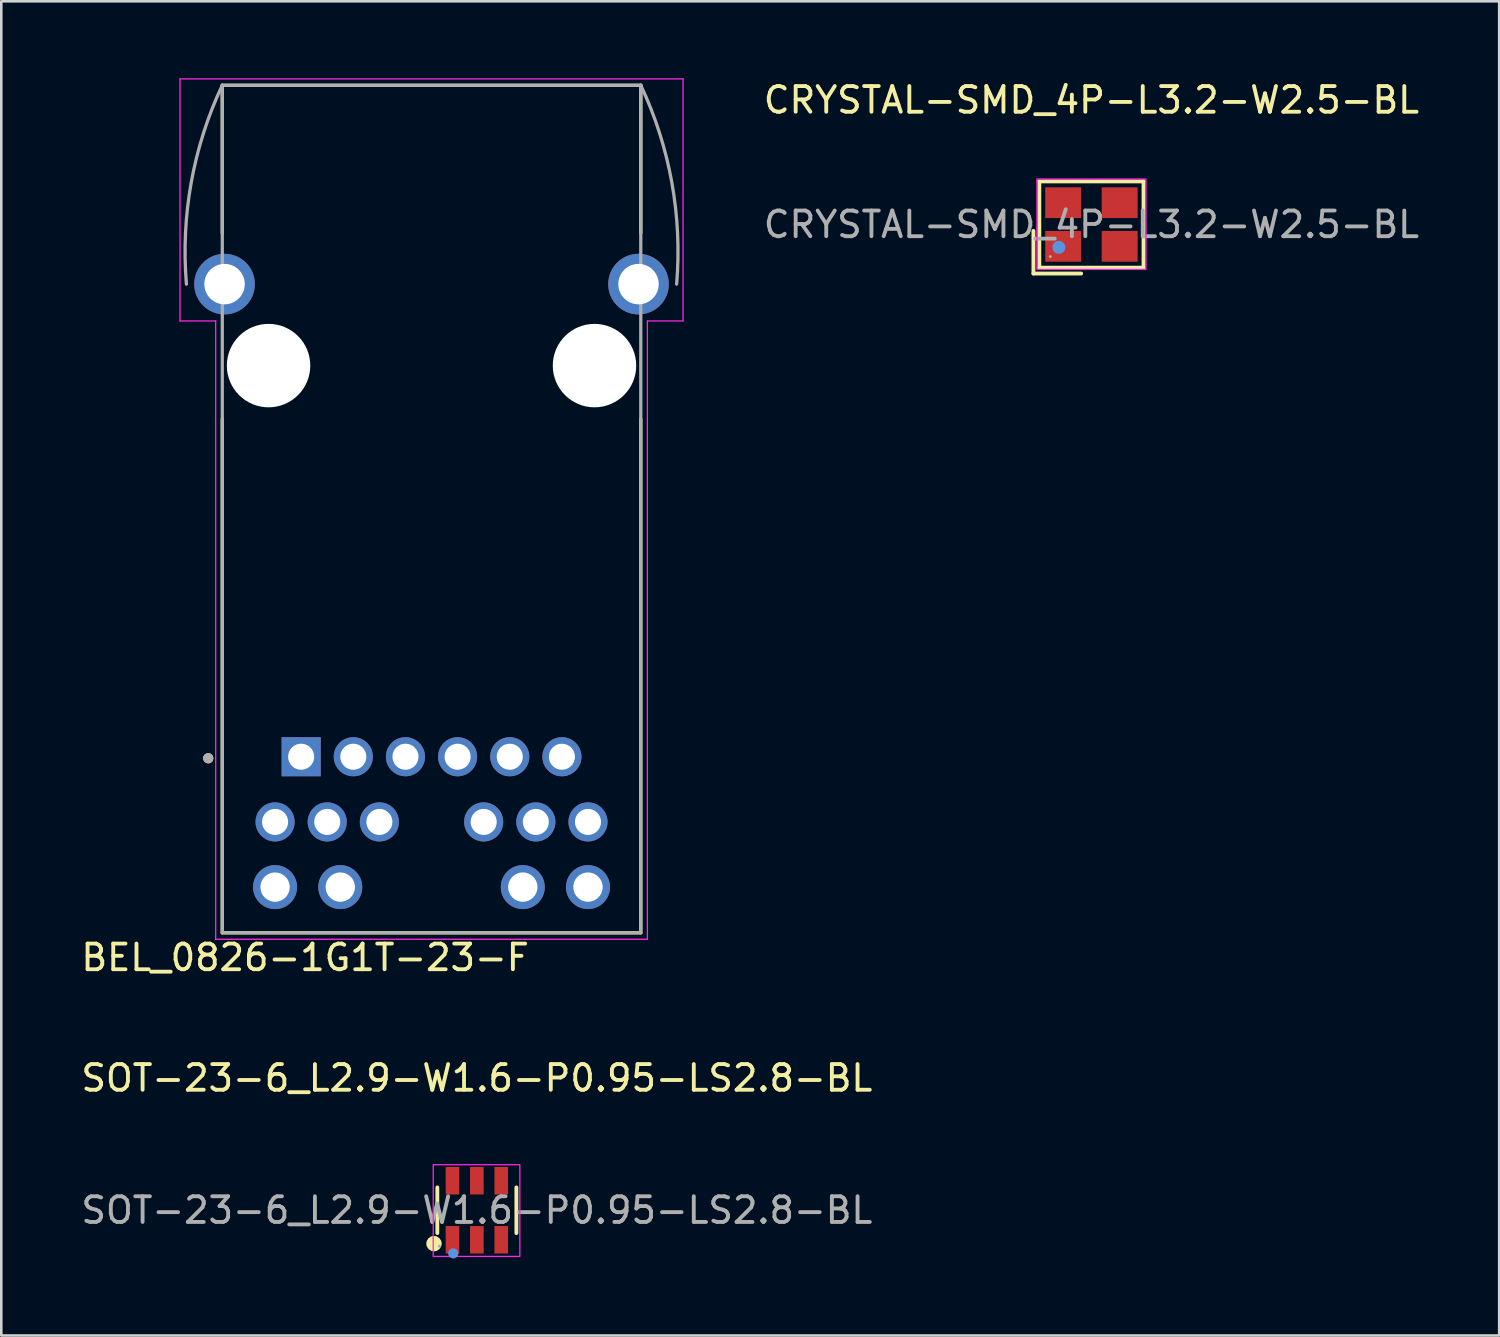
<source format=kicad_pcb>
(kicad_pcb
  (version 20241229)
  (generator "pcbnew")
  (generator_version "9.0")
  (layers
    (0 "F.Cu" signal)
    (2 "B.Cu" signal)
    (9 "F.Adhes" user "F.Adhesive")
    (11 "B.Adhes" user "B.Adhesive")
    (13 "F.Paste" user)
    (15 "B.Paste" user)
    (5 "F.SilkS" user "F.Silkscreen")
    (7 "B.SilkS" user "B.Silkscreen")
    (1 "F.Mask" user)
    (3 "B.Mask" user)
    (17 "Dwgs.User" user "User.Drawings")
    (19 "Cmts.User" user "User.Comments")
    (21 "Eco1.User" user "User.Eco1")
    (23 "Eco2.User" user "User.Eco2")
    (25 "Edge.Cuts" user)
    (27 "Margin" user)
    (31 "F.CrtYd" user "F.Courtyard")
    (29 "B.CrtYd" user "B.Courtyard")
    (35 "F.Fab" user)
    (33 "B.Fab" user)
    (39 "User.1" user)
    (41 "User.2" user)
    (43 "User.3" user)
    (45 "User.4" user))
  (footprint "SOT-23-6_L2.9-W1.6-P0.95-LS2.8-BL"
    (layer "F.Cu")
    (at 15.53 44.106)
    (property "Reference" "SOT-23-6_L2.9-W1.6-P0.95-LS2.8-BL" (at 0 -5.15 0) (layer "F.SilkS") (effects (font (size 1 1) (thickness 0.15))))
    (attr smd)
    (fp_line (start -1.54 0.89) (end -1.54 -0.89) (stroke (width 0.15) (type solid)) (layer "F.SilkS"))
    (fp_line (start 1.54 0.89) (end 1.54 -0.89) (stroke (width 0.15) (type solid)) (layer "F.SilkS"))
    (fp_circle (center -1.67 1.3) (end -1.52 1.3) (stroke (width 0.3) (type solid)) (fill no) (layer "F.SilkS"))
    (fp_circle (center -0.92 1.68) (end -0.82 1.68) (stroke (width 0.2) (type solid)) (fill no) (layer "Cmts.User"))
    (fp_rect (start -1.7 -1.775) (end 1.675 1.8) (stroke (width 0.05) (type default)) (fill no) (layer "F.CrtYd"))
    (fp_circle (center -1.46 1.4) (end -1.43 1.4) (stroke (width 0.06) (type solid)) (fill no) (layer "F.Fab"))
    (fp_text user "${REFERENCE}" (at 0 0 0) (layer "F.Fab") (effects (font (size 1 1) (thickness 0.15))))
    (pad "1" smd rect (at -0.95 1.15) (size 0.53 1.07) (layers "F.Cu" "F.Mask" "F.Paste"))
    (pad "2" smd rect (at 0 1.15) (size 0.53 1.07) (layers "F.Cu" "F.Mask" "F.Paste"))
    (pad "3" smd rect (at 0.95 1.15) (size 0.53 1.07) (layers "F.Cu" "F.Mask" "F.Paste"))
    (pad "4" smd rect (at 0.95 -1.15) (size 0.53 1.07) (layers "F.Cu" "F.Mask" "F.Paste"))
    (pad "5" smd rect (at 0 -1.15) (size 0.53 1.07) (layers "F.Cu" "F.Mask" "F.Paste"))
    (pad "6" smd rect (at -0.95 -1.15) (size 0.53 1.07) (layers "F.Cu" "F.Mask" "F.Paste")))
  (footprint "CRYSTAL-SMD_4P-L3.2-W2.5-BL"
    (layer "F.Cu")
    (at 39.476 5.698)
    (property "Reference" "CRYSTAL-SMD_4P-L3.2-W2.5-BL" (at 0 -4.85 0) (layer "F.SilkS") (effects (font (size 1 1) (thickness 0.15))))
    (attr smd)
    (fp_line (start -2.26 0.25) (end -2.26 1.91) (stroke (width 0.15) (type solid)) (layer "F.SilkS"))
    (fp_line (start -2.26 1.91) (end -0.4 1.91) (stroke (width 0.15) (type solid)) (layer "F.SilkS"))
    (fp_line (start -2.03 -1.68) (end 2.03 -1.68) (stroke (width 0.15) (type solid)) (layer "F.SilkS"))
    (fp_line (start -2.03 1.68) (end -2.03 -1.68) (stroke (width 0.15) (type solid)) (layer "F.SilkS"))
    (fp_line (start 2.03 -1.68) (end 2.03 1.68) (stroke (width 0.15) (type solid)) (layer "F.SilkS"))
    (fp_line (start 2.03 1.68) (end -2.03 1.68) (stroke (width 0.15) (type solid)) (layer "F.SilkS"))
    (fp_circle (center -1.27 0.89) (end -1.14 0.89) (stroke (width 0.25) (type solid)) (fill no) (layer "Cmts.User"))
    (fp_rect (start -2.125 -1.775) (end 2.125 1.75) (stroke (width 0.05) (type default)) (fill no) (layer "F.CrtYd"))
    (fp_circle (center -1.6 1.25) (end -1.57 1.25) (stroke (width 0.06) (type solid)) (fill no) (layer "F.Fab"))
    (fp_text user "${REFERENCE}" (at 0 0 0) (layer "F.Fab") (effects (font (size 1 1) (thickness 0.15))))
    (pad "1" smd rect (at -1.1 0.85) (size 1.4 1.2) (layers "F.Cu" "F.Mask" "F.Paste"))
    (pad "2" smd rect (at 1.1 0.85) (size 1.4 1.2) (layers "F.Cu" "F.Mask" "F.Paste"))
    (pad "3" smd rect (at 1.1 -0.85) (size 1.4 1.2) (layers "F.Cu" "F.Mask" "F.Paste"))
    (pad "4" smd rect (at -1.1 -0.85) (size 1.4 1.2) (layers "F.Cu" "F.Mask" "F.Paste")))
  (footprint "BEL_0826-1G1T-23-F"
    (layer "F.Cu")
    (at 13.764 11.195)
    (property "Reference" "BEL_0826-1G1T-23-F" (at -4.925 23.065 0) (layer "F.SilkS") (effects (font (size 1 1) (thickness 0.15))))
    (attr through_hole)
    (fp_line (start -8.153 -5.156) (end -8.153 -10.922) (stroke (width 0.127) (type solid)) (layer "F.SilkS"))
    (fp_line (start -8.153 22.098) (end -8.153 2.078) (stroke (width 0.127) (type solid)) (layer "F.SilkS"))
    (fp_line (start -8.153 22.098) (end 8.153 22.098) (stroke (width 0.127) (type solid)) (layer "F.SilkS"))
    (fp_line (start 8.153 -10.922) (end -8.153 -10.922) (stroke (width 0.127) (type solid)) (layer "F.SilkS"))
    (fp_line (start 8.153 -5.156) (end 8.153 -10.922) (stroke (width 0.127) (type solid)) (layer "F.SilkS"))
    (fp_line (start 8.153 22.098) (end 8.153 2.078) (stroke (width 0.127) (type solid)) (layer "F.SilkS"))
    (fp_circle (center -8.7 15.3) (end -8.6 15.3) (stroke (width 0.2) (type solid)) (fill no) (layer "F.SilkS"))
    (fp_line (start -9.8 -11.17) (end 9.8 -11.17) (stroke (width 0.05) (type solid)) (layer "F.CrtYd"))
    (fp_line (start -9.8 -1.74) (end -9.8 -11.17) (stroke (width 0.05) (type solid)) (layer "F.CrtYd"))
    (fp_line (start -8.41 -1.74) (end -9.8 -1.74) (stroke (width 0.05) (type solid)) (layer "F.CrtYd"))
    (fp_line (start -8.41 22.352) (end -8.41 -1.74) (stroke (width 0.05) (type solid)) (layer "F.CrtYd"))
    (fp_line (start 8.41 -1.74) (end 8.41 22.352) (stroke (width 0.05) (type solid)) (layer "F.CrtYd"))
    (fp_line (start 8.41 22.352) (end -8.41 22.352) (stroke (width 0.05) (type solid)) (layer "F.CrtYd"))
    (fp_line (start 9.8 -11.17) (end 9.8 -1.74) (stroke (width 0.05) (type solid)) (layer "F.CrtYd"))
    (fp_line (start 9.8 -1.74) (end 8.41 -1.74) (stroke (width 0.05) (type solid)) (layer "F.CrtYd"))
    (fp_line (start -8.153 -10.922) (end -8.153 22.098) (stroke (width 0.127) (type solid)) (layer "F.Fab"))
    (fp_line (start -8.153 22.098) (end 8.153 22.098) (stroke (width 0.127) (type solid)) (layer "F.Fab"))
    (fp_line (start 8.153 -10.922) (end -8.153 -10.922) (stroke (width 0.127) (type solid)) (layer "F.Fab"))
    (fp_line (start 8.153 22.098) (end 8.153 -10.922) (stroke (width 0.127) (type solid)) (layer "F.Fab"))
    (fp_arc (start -9.5504 -3.175) (mid -9.361856 -7.140459) (end -8.1534 -10.922) (stroke (width 0.127) (type solid)) (layer "F.Fab"))
    (fp_arc (start 8.1534 -10.922) (mid 9.361856 -7.140459) (end 9.5504 -3.175) (stroke (width 0.127) (type solid)) (layer "F.Fab"))
    (fp_circle (center -8.7 15.3) (end -8.6 15.3) (stroke (width 0.2) (type solid)) (fill no) (layer "F.Fab"))
    (pad "" np_thru_hole circle (at -6.35 0) (size 3.251 3.251) (drill 3.251) (layers "*.Cu" "*.Mask"))
    (pad "" np_thru_hole circle (at 6.35 0) (size 3.251 3.251) (drill 3.251) (layers "*.Cu" "*.Mask"))
    (pad "1" thru_hole rect (at -5.08 15.24) (size 1.524 1.524) (drill 1.016) (layers "*.Cu" "*.Mask"))
    (pad "2" thru_hole circle (at -3.048 15.24) (size 1.524 1.524) (drill 1.016) (layers "*.Cu" "*.Mask"))
    (pad "3" thru_hole circle (at -1.016 15.24) (size 1.524 1.524) (drill 1.016) (layers "*.Cu" "*.Mask"))
    (pad "4" thru_hole circle (at 1.016 15.24) (size 1.524 1.524) (drill 1.016) (layers "*.Cu" "*.Mask"))
    (pad "5" thru_hole circle (at 3.048 15.24) (size 1.524 1.524) (drill 1.016) (layers "*.Cu" "*.Mask"))
    (pad "6" thru_hole circle (at 5.08 15.24) (size 1.524 1.524) (drill 1.016) (layers "*.Cu" "*.Mask"))
    (pad "7" thru_hole circle (at -6.096 17.78) (size 1.524 1.524) (drill 1.016) (layers "*.Cu" "*.Mask"))
    (pad "8" thru_hole circle (at -4.064 17.78) (size 1.524 1.524) (drill 1.016) (layers "*.Cu" "*.Mask"))
    (pad "9" thru_hole circle (at -2.032 17.78) (size 1.524 1.524) (drill 1.016) (layers "*.Cu" "*.Mask"))
    (pad "10" thru_hole circle (at 2.032 17.78) (size 1.524 1.524) (drill 1.016) (layers "*.Cu" "*.Mask"))
    (pad "11" thru_hole circle (at 4.064 17.78) (size 1.524 1.524) (drill 1.016) (layers "*.Cu" "*.Mask"))
    (pad "12" thru_hole circle (at 6.096 17.78) (size 1.524 1.524) (drill 1.016) (layers "*.Cu" "*.Mask"))
    (pad "13" thru_hole circle (at -6.096 20.32) (size 1.714 1.714) (drill 1.143) (layers "*.Cu" "*.Mask"))
    (pad "14" thru_hole circle (at -3.556 20.32) (size 1.714 1.714) (drill 1.143) (layers "*.Cu" "*.Mask"))
    (pad "15" thru_hole circle (at 3.556 20.32) (size 1.714 1.714) (drill 1.143) (layers "*.Cu" "*.Mask"))
    (pad "16" thru_hole circle (at 6.096 20.32) (size 1.714 1.714) (drill 1.143) (layers "*.Cu" "*.Mask"))
    (pad "S1" thru_hole circle (at -8.065 -3.175) (size 2.362 2.362) (drill 1.575) (layers "*.Cu" "*.Mask"))
    (pad "S2" thru_hole circle (at 8.065 -3.175) (size 2.362 2.362) (drill 1.575) (layers "*.Cu" "*.Mask"))
    (zone (net_name "") (layer "F.Cu") (hatch full 0.508) (connect_pads) (min_thickness 0.01) (filled_areas_thickness no) (keepout (tracks not_allowed) (vias not_allowed) (pads not_allowed) (copperpour not_allowed) (footprints allowed)) (placement (enabled no)) (fill) (polygon (pts (xy 4.849 24.784) (xy 7.77 24.784) (xy 7.77 31.261) (xy 4.849 31.261))))
    (zone (net_name "") (layer "F.Cu") (hatch full 0.508) (connect_pads) (min_thickness 0.01) (filled_areas_thickness no) (keepout (tracks not_allowed) (vias not_allowed) (pads not_allowed) (copperpour not_allowed) (footprints allowed)) (placement (enabled no)) (fill) (polygon (pts (xy 19.759 24.784) (xy 22.68 24.784) (xy 22.68 31.261) (xy 19.759 31.261))))
    (zone (net_name "") (layer "F.Cu") (hatch full 0.508) (connect_pads) (min_thickness 0.01) (filled_areas_thickness no) (keepout (tracks not_allowed) (vias not_allowed) (pads not_allowed) (copperpour not_allowed) (footprints allowed)) (placement (enabled no)) (fill) (polygon (pts (xy 4.849 7.639) (xy 7.77 7.639) (xy 7.77 3.321) (xy 19.759 3.321) (xy 19.759 7.639) (xy 22.68 7.639) (xy 22.68 0.273) (xy 4.849 0.273))))
    (zone (net_name "") (layers "F.Cu" "B.Cu") (hatch full 0.508) (connect_pads) (min_thickness 0.01) (filled_areas_thickness no) (keepout (tracks allowed) (vias not_allowed) (pads allowed) (copperpour allowed) (footprints allowed)) (placement (enabled no)) (fill) (polygon (pts (xy 4.849 24.784) (xy 7.77 24.784) (xy 7.77 31.261) (xy 4.849 31.261))))
    (zone (net_name "") (layers "F.Cu" "B.Cu") (hatch full 0.508) (connect_pads) (min_thickness 0.01) (filled_areas_thickness no) (keepout (tracks allowed) (vias not_allowed) (pads allowed) (copperpour allowed) (footprints allowed)) (placement (enabled no)) (fill) (polygon (pts (xy 19.759 24.784) (xy 22.68 24.784) (xy 22.68 31.261) (xy 19.759 31.261))))
    (zone (net_name "") (layers "F.Cu" "B.Cu") (hatch full 0.508) (connect_pads) (min_thickness 0.01) (filled_areas_thickness no) (keepout (tracks allowed) (vias not_allowed) (pads allowed) (copperpour allowed) (footprints allowed)) (placement (enabled no)) (fill) (polygon (pts (xy 4.849 7.639) (xy 7.77 7.639) (xy 7.77 3.321) (xy 19.759 3.321) (xy 19.759 7.639) (xy 22.68 7.639) (xy 22.68 0.273) (xy 4.849 0.273)))))
  (gr_rect
    (start -3 -3)
    (end 55.363 48.986)
    (stroke (width 0.1) (type default))
    (fill no)
    (layer "Edge.Cuts")))
</source>
